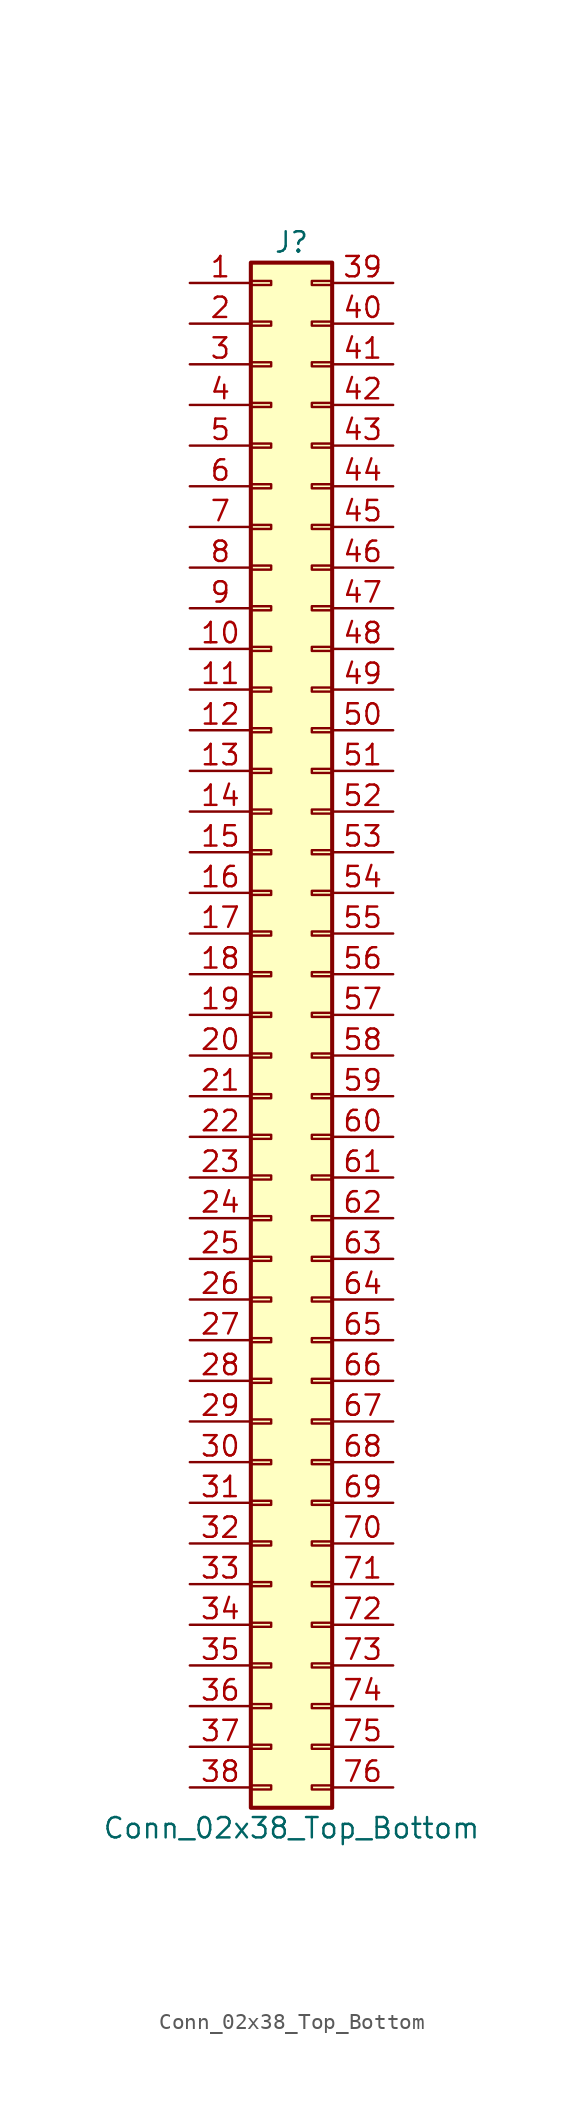
<source format=kicad_sym>
(kicad_symbol_lib
  (version 20201005)
  (generator kicad_symbol_editor)
  (symbol "Conn_02x38_Top_Bottom"
    (pin_names
      (offset 1.016) hide)
    (property "Reference" "J"
      (at 1.27 48.26 0)
      (effects (font (size 1.27 1.27))))
    (property "Value" "Conn_02x38_Top_Bottom"
      (at 1.27 -50.8 0)
      (effects (font (size 1.27 1.27))))
    (symbol "Conn_02x38_Top_Bottom_1_1"
      (rectangle (start -1.27 -48.133) (end 0 -48.387) (stroke (width 0.152)) (fill (type none)))
      (rectangle (start -1.27 -45.593) (end 0 -45.847) (stroke (width 0.152)) (fill (type none)))
      (rectangle (start -1.27 -43.053) (end 0 -43.307) (stroke (width 0.152)) (fill (type none)))
      (rectangle (start -1.27 -40.513) (end 0 -40.767) (stroke (width 0.152)) (fill (type none)))
      (rectangle (start -1.27 -37.973) (end 0 -38.227) (stroke (width 0.152)) (fill (type none)))
      (rectangle (start -1.27 -35.433) (end 0 -35.687) (stroke (width 0.152)) (fill (type none)))
      (rectangle (start -1.27 -32.893) (end 0 -33.147) (stroke (width 0.152)) (fill (type none)))
      (rectangle (start -1.27 -30.353) (end 0 -30.607) (stroke (width 0.152)) (fill (type none)))
      (rectangle (start -1.27 -27.813) (end 0 -28.067) (stroke (width 0.152)) (fill (type none)))
      (rectangle (start -1.27 -25.273) (end 0 -25.527) (stroke (width 0.152)) (fill (type none)))
      (rectangle (start -1.27 -22.733) (end 0 -22.987) (stroke (width 0.152)) (fill (type none)))
      (rectangle (start -1.27 -20.193) (end 0 -20.447) (stroke (width 0.152)) (fill (type none)))
      (rectangle (start -1.27 -17.653) (end 0 -17.907) (stroke (width 0.152)) (fill (type none)))
      (rectangle (start -1.27 -15.113) (end 0 -15.367) (stroke (width 0.152)) (fill (type none)))
      (rectangle (start -1.27 -12.573) (end 0 -12.827) (stroke (width 0.152)) (fill (type none)))
      (rectangle (start -1.27 -10.033) (end 0 -10.287) (stroke (width 0.152)) (fill (type none)))
      (rectangle (start -1.27 -7.493) (end 0 -7.747) (stroke (width 0.152)) (fill (type none)))
      (rectangle (start -1.27 -4.953) (end 0 -5.207) (stroke (width 0.152)) (fill (type none)))
      (rectangle (start -1.27 -2.413) (end 0 -2.667) (stroke (width 0.152)) (fill (type none)))
      (rectangle (start -1.27 0.127) (end 0 -0.127) (stroke (width 0.152)) (fill (type none)))
      (rectangle (start -1.27 2.667) (end 0 2.413) (stroke (width 0.152)) (fill (type none)))
      (rectangle (start -1.27 5.207) (end 0 4.953) (stroke (width 0.152)) (fill (type none)))
      (rectangle (start -1.27 7.747) (end 0 7.493) (stroke (width 0.152)) (fill (type none)))
      (rectangle (start -1.27 10.287) (end 0 10.033) (stroke (width 0.152)) (fill (type none)))
      (rectangle (start -1.27 12.827) (end 0 12.573) (stroke (width 0.152)) (fill (type none)))
      (rectangle (start -1.27 15.367) (end 0 15.113) (stroke (width 0.152)) (fill (type none)))
      (rectangle (start -1.27 17.907) (end 0 17.653) (stroke (width 0.152)) (fill (type none)))
      (rectangle (start -1.27 20.447) (end 0 20.193) (stroke (width 0.152)) (fill (type none)))
      (rectangle (start -1.27 22.987) (end 0 22.733) (stroke (width 0.152)) (fill (type none)))
      (rectangle (start -1.27 25.527) (end 0 25.273) (stroke (width 0.152)) (fill (type none)))
      (rectangle (start -1.27 28.067) (end 0 27.813) (stroke (width 0.152)) (fill (type none)))
      (rectangle (start -1.27 30.607) (end 0 30.353) (stroke (width 0.152)) (fill (type none)))
      (rectangle (start -1.27 33.147) (end 0 32.893) (stroke (width 0.152)) (fill (type none)))
      (rectangle (start -1.27 35.687) (end 0 35.433) (stroke (width 0.152)) (fill (type none)))
      (rectangle (start -1.27 38.227) (end 0 37.973) (stroke (width 0.152)) (fill (type none)))
      (rectangle (start -1.27 40.767) (end 0 40.513) (stroke (width 0.152)) (fill (type none)))
      (rectangle (start -1.27 43.307) (end 0 43.053) (stroke (width 0.152)) (fill (type none)))
      (rectangle (start -1.27 45.847) (end 0 45.593) (stroke (width 0.152)) (fill (type none)))
      (rectangle (start -1.27 46.99) (end 3.81 -49.53) (stroke (width 0.254)) (fill (type background)))
      (rectangle (start 3.81 -48.133) (end 2.54 -48.387) (stroke (width 0.152)) (fill (type none)))
      (rectangle (start 3.81 -45.593) (end 2.54 -45.847) (stroke (width 0.152)) (fill (type none)))
      (rectangle (start 3.81 -43.053) (end 2.54 -43.307) (stroke (width 0.152)) (fill (type none)))
      (rectangle (start 3.81 -40.513) (end 2.54 -40.767) (stroke (width 0.152)) (fill (type none)))
      (rectangle (start 3.81 -37.973) (end 2.54 -38.227) (stroke (width 0.152)) (fill (type none)))
      (rectangle (start 3.81 -35.433) (end 2.54 -35.687) (stroke (width 0.152)) (fill (type none)))
      (rectangle (start 3.81 -32.893) (end 2.54 -33.147) (stroke (width 0.152)) (fill (type none)))
      (rectangle (start 3.81 -30.353) (end 2.54 -30.607) (stroke (width 0.152)) (fill (type none)))
      (rectangle (start 3.81 -27.813) (end 2.54 -28.067) (stroke (width 0.152)) (fill (type none)))
      (rectangle (start 3.81 -25.273) (end 2.54 -25.527) (stroke (width 0.152)) (fill (type none)))
      (rectangle (start 3.81 -22.733) (end 2.54 -22.987) (stroke (width 0.152)) (fill (type none)))
      (rectangle (start 3.81 -20.193) (end 2.54 -20.447) (stroke (width 0.152)) (fill (type none)))
      (rectangle (start 3.81 -17.653) (end 2.54 -17.907) (stroke (width 0.152)) (fill (type none)))
      (rectangle (start 3.81 -15.113) (end 2.54 -15.367) (stroke (width 0.152)) (fill (type none)))
      (rectangle (start 3.81 -12.573) (end 2.54 -12.827) (stroke (width 0.152)) (fill (type none)))
      (rectangle (start 3.81 -10.033) (end 2.54 -10.287) (stroke (width 0.152)) (fill (type none)))
      (rectangle (start 3.81 -7.493) (end 2.54 -7.747) (stroke (width 0.152)) (fill (type none)))
      (rectangle (start 3.81 -4.953) (end 2.54 -5.207) (stroke (width 0.152)) (fill (type none)))
      (rectangle (start 3.81 -2.413) (end 2.54 -2.667) (stroke (width 0.152)) (fill (type none)))
      (rectangle (start 3.81 0.127) (end 2.54 -0.127) (stroke (width 0.152)) (fill (type none)))
      (rectangle (start 3.81 2.667) (end 2.54 2.413) (stroke (width 0.152)) (fill (type none)))
      (rectangle (start 3.81 5.207) (end 2.54 4.953) (stroke (width 0.152)) (fill (type none)))
      (rectangle (start 3.81 7.747) (end 2.54 7.493) (stroke (width 0.152)) (fill (type none)))
      (rectangle (start 3.81 10.287) (end 2.54 10.033) (stroke (width 0.152)) (fill (type none)))
      (rectangle (start 3.81 12.827) (end 2.54 12.573) (stroke (width 0.152)) (fill (type none)))
      (rectangle (start 3.81 15.367) (end 2.54 15.113) (stroke (width 0.152)) (fill (type none)))
      (rectangle (start 3.81 17.907) (end 2.54 17.653) (stroke (width 0.152)) (fill (type none)))
      (rectangle (start 3.81 20.447) (end 2.54 20.193) (stroke (width 0.152)) (fill (type none)))
      (rectangle (start 3.81 22.987) (end 2.54 22.733) (stroke (width 0.152)) (fill (type none)))
      (rectangle (start 3.81 25.527) (end 2.54 25.273) (stroke (width 0.152)) (fill (type none)))
      (rectangle (start 3.81 28.067) (end 2.54 27.813) (stroke (width 0.152)) (fill (type none)))
      (rectangle (start 3.81 30.607) (end 2.54 30.353) (stroke (width 0.152)) (fill (type none)))
      (rectangle (start 3.81 33.147) (end 2.54 32.893) (stroke (width 0.152)) (fill (type none)))
      (rectangle (start 3.81 35.687) (end 2.54 35.433) (stroke (width 0.152)) (fill (type none)))
      (rectangle (start 3.81 38.227) (end 2.54 37.973) (stroke (width 0.152)) (fill (type none)))
      (rectangle (start 3.81 40.767) (end 2.54 40.513) (stroke (width 0.152)) (fill (type none)))
      (rectangle (start 3.81 43.307) (end 2.54 43.053) (stroke (width 0.152)) (fill (type none)))
      (rectangle (start 3.81 45.847) (end 2.54 45.593) (stroke (width 0.152)) (fill (type none)))
      (pin passive line (at -5.08 45.72 0) (length 3.81) (name "Pin_1" (effects (font (size 1.27 1.27)))) (number "1" (effects (font (size 1.27 1.27)))))
      (pin passive line (at -5.08 22.86 0) (length 3.81) (name "Pin_10" (effects (font (size 1.27 1.27)))) (number "10" (effects (font (size 1.27 1.27)))))
      (pin passive line (at -5.08 20.32 0) (length 3.81) (name "Pin_11" (effects (font (size 1.27 1.27)))) (number "11" (effects (font (size 1.27 1.27)))))
      (pin passive line (at -5.08 17.78 0) (length 3.81) (name "Pin_12" (effects (font (size 1.27 1.27)))) (number "12" (effects (font (size 1.27 1.27)))))
      (pin passive line (at -5.08 15.24 0) (length 3.81) (name "Pin_13" (effects (font (size 1.27 1.27)))) (number "13" (effects (font (size 1.27 1.27)))))
      (pin passive line (at -5.08 12.7 0) (length 3.81) (name "Pin_14" (effects (font (size 1.27 1.27)))) (number "14" (effects (font (size 1.27 1.27)))))
      (pin passive line (at -5.08 10.16 0) (length 3.81) (name "Pin_15" (effects (font (size 1.27 1.27)))) (number "15" (effects (font (size 1.27 1.27)))))
      (pin passive line (at -5.08 7.62 0) (length 3.81) (name "Pin_16" (effects (font (size 1.27 1.27)))) (number "16" (effects (font (size 1.27 1.27)))))
      (pin passive line (at -5.08 5.08 0) (length 3.81) (name "Pin_17" (effects (font (size 1.27 1.27)))) (number "17" (effects (font (size 1.27 1.27)))))
      (pin passive line (at -5.08 2.54 0) (length 3.81) (name "Pin_18" (effects (font (size 1.27 1.27)))) (number "18" (effects (font (size 1.27 1.27)))))
      (pin passive line (at -5.08 0 0) (length 3.81) (name "Pin_19" (effects (font (size 1.27 1.27)))) (number "19" (effects (font (size 1.27 1.27)))))
      (pin passive line (at -5.08 43.18 0) (length 3.81) (name "Pin_2" (effects (font (size 1.27 1.27)))) (number "2" (effects (font (size 1.27 1.27)))))
      (pin passive line (at -5.08 -2.54 0) (length 3.81) (name "Pin_20" (effects (font (size 1.27 1.27)))) (number "20" (effects (font (size 1.27 1.27)))))
      (pin passive line (at -5.08 -5.08 0) (length 3.81) (name "Pin_21" (effects (font (size 1.27 1.27)))) (number "21" (effects (font (size 1.27 1.27)))))
      (pin passive line (at -5.08 -7.62 0) (length 3.81) (name "Pin_22" (effects (font (size 1.27 1.27)))) (number "22" (effects (font (size 1.27 1.27)))))
      (pin passive line (at -5.08 -10.16 0) (length 3.81) (name "Pin_23" (effects (font (size 1.27 1.27)))) (number "23" (effects (font (size 1.27 1.27)))))
      (pin passive line (at -5.08 -12.7 0) (length 3.81) (name "Pin_24" (effects (font (size 1.27 1.27)))) (number "24" (effects (font (size 1.27 1.27)))))
      (pin passive line (at -5.08 -15.24 0) (length 3.81) (name "Pin_25" (effects (font (size 1.27 1.27)))) (number "25" (effects (font (size 1.27 1.27)))))
      (pin passive line (at -5.08 -17.78 0) (length 3.81) (name "Pin_26" (effects (font (size 1.27 1.27)))) (number "26" (effects (font (size 1.27 1.27)))))
      (pin passive line (at -5.08 -20.32 0) (length 3.81) (name "Pin_27" (effects (font (size 1.27 1.27)))) (number "27" (effects (font (size 1.27 1.27)))))
      (pin passive line (at -5.08 -22.86 0) (length 3.81) (name "Pin_28" (effects (font (size 1.27 1.27)))) (number "28" (effects (font (size 1.27 1.27)))))
      (pin passive line (at -5.08 -25.4 0) (length 3.81) (name "Pin_29" (effects (font (size 1.27 1.27)))) (number "29" (effects (font (size 1.27 1.27)))))
      (pin passive line (at -5.08 40.64 0) (length 3.81) (name "Pin_3" (effects (font (size 1.27 1.27)))) (number "3" (effects (font (size 1.27 1.27)))))
      (pin passive line (at -5.08 -27.94 0) (length 3.81) (name "Pin_30" (effects (font (size 1.27 1.27)))) (number "30" (effects (font (size 1.27 1.27)))))
      (pin passive line (at -5.08 -30.48 0) (length 3.81) (name "Pin_31" (effects (font (size 1.27 1.27)))) (number "31" (effects (font (size 1.27 1.27)))))
      (pin passive line (at -5.08 -33.02 0) (length 3.81) (name "Pin_32" (effects (font (size 1.27 1.27)))) (number "32" (effects (font (size 1.27 1.27)))))
      (pin passive line (at -5.08 -35.56 0) (length 3.81) (name "Pin_33" (effects (font (size 1.27 1.27)))) (number "33" (effects (font (size 1.27 1.27)))))
      (pin passive line (at -5.08 -38.1 0) (length 3.81) (name "Pin_34" (effects (font (size 1.27 1.27)))) (number "34" (effects (font (size 1.27 1.27)))))
      (pin passive line (at -5.08 -40.64 0) (length 3.81) (name "Pin_35" (effects (font (size 1.27 1.27)))) (number "35" (effects (font (size 1.27 1.27)))))
      (pin passive line (at -5.08 -43.18 0) (length 3.81) (name "Pin_36" (effects (font (size 1.27 1.27)))) (number "36" (effects (font (size 1.27 1.27)))))
      (pin passive line (at -5.08 -45.72 0) (length 3.81) (name "Pin_37" (effects (font (size 1.27 1.27)))) (number "37" (effects (font (size 1.27 1.27)))))
      (pin passive line (at -5.08 -48.26 0) (length 3.81) (name "Pin_38" (effects (font (size 1.27 1.27)))) (number "38" (effects (font (size 1.27 1.27)))))
      (pin passive line (at 7.62 45.72 180) (length 3.81) (name "Pin_39" (effects (font (size 1.27 1.27)))) (number "39" (effects (font (size 1.27 1.27)))))
      (pin passive line (at -5.08 38.1 0) (length 3.81) (name "Pin_4" (effects (font (size 1.27 1.27)))) (number "4" (effects (font (size 1.27 1.27)))))
      (pin passive line (at 7.62 43.18 180) (length 3.81) (name "Pin_40" (effects (font (size 1.27 1.27)))) (number "40" (effects (font (size 1.27 1.27)))))
      (pin passive line (at 7.62 40.64 180) (length 3.81) (name "Pin_41" (effects (font (size 1.27 1.27)))) (number "41" (effects (font (size 1.27 1.27)))))
      (pin passive line (at 7.62 38.1 180) (length 3.81) (name "Pin_42" (effects (font (size 1.27 1.27)))) (number "42" (effects (font (size 1.27 1.27)))))
      (pin passive line (at 7.62 35.56 180) (length 3.81) (name "Pin_43" (effects (font (size 1.27 1.27)))) (number "43" (effects (font (size 1.27 1.27)))))
      (pin passive line (at 7.62 33.02 180) (length 3.81) (name "Pin_44" (effects (font (size 1.27 1.27)))) (number "44" (effects (font (size 1.27 1.27)))))
      (pin passive line (at 7.62 30.48 180) (length 3.81) (name "Pin_45" (effects (font (size 1.27 1.27)))) (number "45" (effects (font (size 1.27 1.27)))))
      (pin passive line (at 7.62 27.94 180) (length 3.81) (name "Pin_46" (effects (font (size 1.27 1.27)))) (number "46" (effects (font (size 1.27 1.27)))))
      (pin passive line (at 7.62 25.4 180) (length 3.81) (name "Pin_47" (effects (font (size 1.27 1.27)))) (number "47" (effects (font (size 1.27 1.27)))))
      (pin passive line (at 7.62 22.86 180) (length 3.81) (name "Pin_48" (effects (font (size 1.27 1.27)))) (number "48" (effects (font (size 1.27 1.27)))))
      (pin passive line (at 7.62 20.32 180) (length 3.81) (name "Pin_49" (effects (font (size 1.27 1.27)))) (number "49" (effects (font (size 1.27 1.27)))))
      (pin passive line (at -5.08 35.56 0) (length 3.81) (name "Pin_5" (effects (font (size 1.27 1.27)))) (number "5" (effects (font (size 1.27 1.27)))))
      (pin passive line (at 7.62 17.78 180) (length 3.81) (name "Pin_50" (effects (font (size 1.27 1.27)))) (number "50" (effects (font (size 1.27 1.27)))))
      (pin passive line (at 7.62 15.24 180) (length 3.81) (name "Pin_51" (effects (font (size 1.27 1.27)))) (number "51" (effects (font (size 1.27 1.27)))))
      (pin passive line (at 7.62 12.7 180) (length 3.81) (name "Pin_52" (effects (font (size 1.27 1.27)))) (number "52" (effects (font (size 1.27 1.27)))))
      (pin passive line (at 7.62 10.16 180) (length 3.81) (name "Pin_53" (effects (font (size 1.27 1.27)))) (number "53" (effects (font (size 1.27 1.27)))))
      (pin passive line (at 7.62 7.62 180) (length 3.81) (name "Pin_54" (effects (font (size 1.27 1.27)))) (number "54" (effects (font (size 1.27 1.27)))))
      (pin passive line (at 7.62 5.08 180) (length 3.81) (name "Pin_55" (effects (font (size 1.27 1.27)))) (number "55" (effects (font (size 1.27 1.27)))))
      (pin passive line (at 7.62 2.54 180) (length 3.81) (name "Pin_56" (effects (font (size 1.27 1.27)))) (number "56" (effects (font (size 1.27 1.27)))))
      (pin passive line (at 7.62 0 180) (length 3.81) (name "Pin_57" (effects (font (size 1.27 1.27)))) (number "57" (effects (font (size 1.27 1.27)))))
      (pin passive line (at 7.62 -2.54 180) (length 3.81) (name "Pin_58" (effects (font (size 1.27 1.27)))) (number "58" (effects (font (size 1.27 1.27)))))
      (pin passive line (at 7.62 -5.08 180) (length 3.81) (name "Pin_59" (effects (font (size 1.27 1.27)))) (number "59" (effects (font (size 1.27 1.27)))))
      (pin passive line (at -5.08 33.02 0) (length 3.81) (name "Pin_6" (effects (font (size 1.27 1.27)))) (number "6" (effects (font (size 1.27 1.27)))))
      (pin passive line (at 7.62 -7.62 180) (length 3.81) (name "Pin_60" (effects (font (size 1.27 1.27)))) (number "60" (effects (font (size 1.27 1.27)))))
      (pin passive line (at 7.62 -10.16 180) (length 3.81) (name "Pin_61" (effects (font (size 1.27 1.27)))) (number "61" (effects (font (size 1.27 1.27)))))
      (pin passive line (at 7.62 -12.7 180) (length 3.81) (name "Pin_62" (effects (font (size 1.27 1.27)))) (number "62" (effects (font (size 1.27 1.27)))))
      (pin passive line (at 7.62 -15.24 180) (length 3.81) (name "Pin_63" (effects (font (size 1.27 1.27)))) (number "63" (effects (font (size 1.27 1.27)))))
      (pin passive line (at 7.62 -17.78 180) (length 3.81) (name "Pin_64" (effects (font (size 1.27 1.27)))) (number "64" (effects (font (size 1.27 1.27)))))
      (pin passive line (at 7.62 -20.32 180) (length 3.81) (name "Pin_65" (effects (font (size 1.27 1.27)))) (number "65" (effects (font (size 1.27 1.27)))))
      (pin passive line (at 7.62 -22.86 180) (length 3.81) (name "Pin_66" (effects (font (size 1.27 1.27)))) (number "66" (effects (font (size 1.27 1.27)))))
      (pin passive line (at 7.62 -25.4 180) (length 3.81) (name "Pin_67" (effects (font (size 1.27 1.27)))) (number "67" (effects (font (size 1.27 1.27)))))
      (pin passive line (at 7.62 -27.94 180) (length 3.81) (name "Pin_68" (effects (font (size 1.27 1.27)))) (number "68" (effects (font (size 1.27 1.27)))))
      (pin passive line (at 7.62 -30.48 180) (length 3.81) (name "Pin_69" (effects (font (size 1.27 1.27)))) (number "69" (effects (font (size 1.27 1.27)))))
      (pin passive line (at -5.08 30.48 0) (length 3.81) (name "Pin_7" (effects (font (size 1.27 1.27)))) (number "7" (effects (font (size 1.27 1.27)))))
      (pin passive line (at 7.62 -33.02 180) (length 3.81) (name "Pin_70" (effects (font (size 1.27 1.27)))) (number "70" (effects (font (size 1.27 1.27)))))
      (pin passive line (at 7.62 -35.56 180) (length 3.81) (name "Pin_71" (effects (font (size 1.27 1.27)))) (number "71" (effects (font (size 1.27 1.27)))))
      (pin passive line (at 7.62 -38.1 180) (length 3.81) (name "Pin_72" (effects (font (size 1.27 1.27)))) (number "72" (effects (font (size 1.27 1.27)))))
      (pin passive line (at 7.62 -40.64 180) (length 3.81) (name "Pin_73" (effects (font (size 1.27 1.27)))) (number "73" (effects (font (size 1.27 1.27)))))
      (pin passive line (at 7.62 -43.18 180) (length 3.81) (name "Pin_74" (effects (font (size 1.27 1.27)))) (number "74" (effects (font (size 1.27 1.27)))))
      (pin passive line (at 7.62 -45.72 180) (length 3.81) (name "Pin_75" (effects (font (size 1.27 1.27)))) (number "75" (effects (font (size 1.27 1.27)))))
      (pin passive line (at 7.62 -48.26 180) (length 3.81) (name "Pin_76" (effects (font (size 1.27 1.27)))) (number "76" (effects (font (size 1.27 1.27)))))
      (pin passive line (at -5.08 27.94 0) (length 3.81) (name "Pin_8" (effects (font (size 1.27 1.27)))) (number "8" (effects (font (size 1.27 1.27)))))
      (pin passive line (at -5.08 25.4 0) (length 3.81) (name "Pin_9" (effects (font (size 1.27 1.27)))) (number "9" (effects (font (size 1.27 1.27))))))))
</source>
